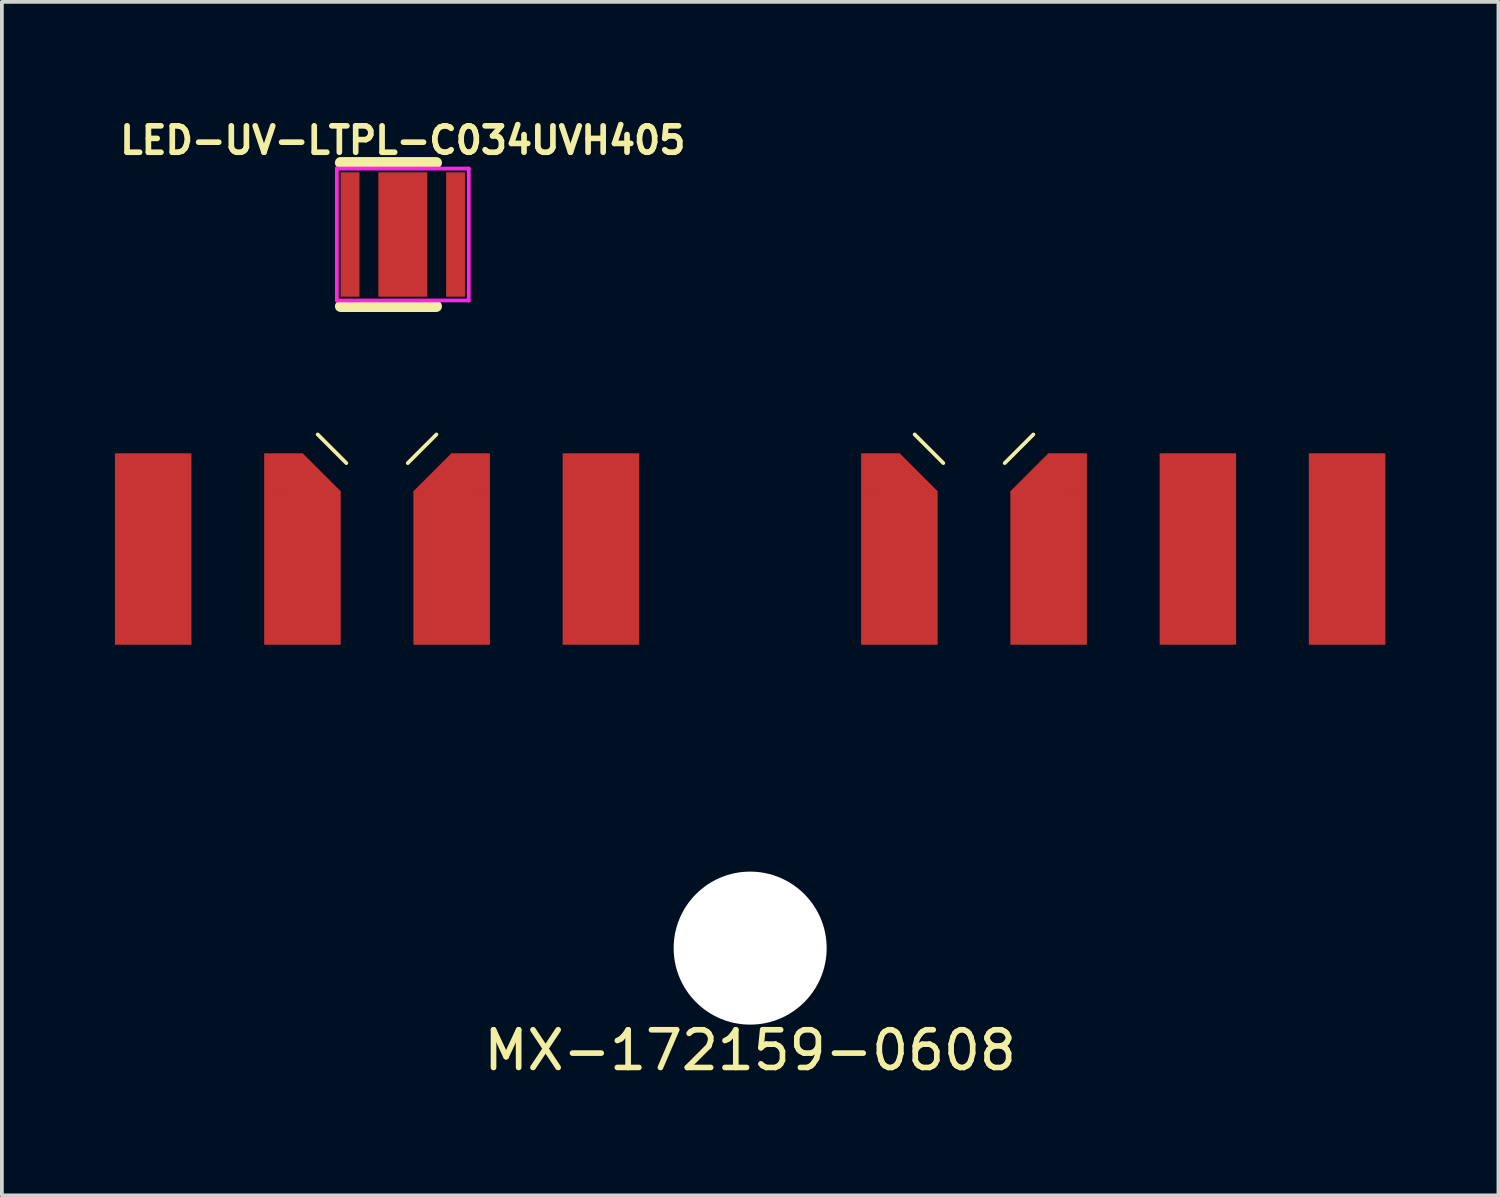
<source format=kicad_pcb>
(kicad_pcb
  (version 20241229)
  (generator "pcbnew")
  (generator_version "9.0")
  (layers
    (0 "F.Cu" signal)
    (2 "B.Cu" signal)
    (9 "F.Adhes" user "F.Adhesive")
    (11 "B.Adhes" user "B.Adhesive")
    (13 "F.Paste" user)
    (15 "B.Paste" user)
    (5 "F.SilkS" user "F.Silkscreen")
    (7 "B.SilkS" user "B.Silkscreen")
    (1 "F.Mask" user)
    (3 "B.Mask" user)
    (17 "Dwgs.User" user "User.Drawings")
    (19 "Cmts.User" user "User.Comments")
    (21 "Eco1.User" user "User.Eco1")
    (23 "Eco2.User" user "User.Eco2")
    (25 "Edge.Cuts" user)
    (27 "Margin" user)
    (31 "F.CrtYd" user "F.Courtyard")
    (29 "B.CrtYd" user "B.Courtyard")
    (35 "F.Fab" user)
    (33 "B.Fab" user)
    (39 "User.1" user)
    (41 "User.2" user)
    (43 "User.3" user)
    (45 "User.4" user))
  (footprint "MX-172159-0608"
    (layer "F.Cu")
    (at 16.855 8.478)
    (property "Reference" "MX-172159-0608" (at 0 16.342 0) (layer "F.SilkS") (effects (font (size 1 1) (thickness 0.15))))
    (attr exclude_from_pos_files exclude_from_bom)
    (fp_line (start -10.715 0.76) (end -11.475 0) (stroke (width 0.1) (type solid)) (layer "F.SilkS"))
    (fp_line (start -9.085 0.76) (end -8.325 0) (stroke (width 0.1) (type solid)) (layer "F.SilkS"))
    (fp_line (start 5.125 0.76) (end 4.365 0) (stroke (width 0.1) (type solid)) (layer "F.SilkS"))
    (fp_line (start 6.755 0.76) (end 7.515 0) (stroke (width 0.1) (type solid)) (layer "F.SilkS"))
    (pad "" np_thru_hole circle (at 0 13.63) (size 4.06 4.06) (drill 4.06) (layers "*.Cu" "*.Mask"))
    (pad "1" smd rect (at 15.84 3.04) (size 2.03 5.08) (layers "F.Cu" "F.Mask"))
    (pad "2" smd rect (at 11.88 3.04) (size 2.03 5.08) (layers "F.Cu" "F.Mask"))
    (pad "3" smd rect (at 7.77 1.37 315) (size 1.03 1.42) (layers "F.Cu" "F.Mask"))
    (pad "3" smd rect (at 7.92 3.54) (size 2.03 4.08) (layers "F.Cu" "F.Mask"))
    (pad "3" smd rect (at 8.42 1) (size 1.03 1) (layers "F.Cu" "F.Mask"))
    (pad "4" smd rect (at 3.46 1) (size 1.03 1) (layers "F.Cu" "F.Mask"))
    (pad "4" smd rect (at 3.96 3.54) (size 2.03 4.08) (layers "F.Cu" "F.Mask"))
    (pad "4" smd rect (at 4.11 1.37 45) (size 1.03 1.42) (layers "F.Cu" "F.Mask"))
    (pad "5" smd rect (at -3.96 3.04) (size 2.03 5.08) (layers "F.Cu" "F.Mask"))
    (pad "6" smd rect (at -8.07 1.37 315) (size 1.03 1.42) (layers "F.Cu" "F.Mask"))
    (pad "6" smd rect (at -7.92 3.54) (size 2.03 4.08) (layers "F.Cu" "F.Mask"))
    (pad "6" smd rect (at -7.42 1) (size 1.03 1) (layers "F.Cu" "F.Mask"))
    (pad "7" smd rect (at -12.38 1) (size 1.03 1) (layers "F.Cu" "F.Mask"))
    (pad "7" smd rect (at -11.88 3.54) (size 2.03 4.08) (layers "F.Cu" "F.Mask"))
    (pad "7" smd rect (at -11.73 1.37 45) (size 1.03 1.4) (layers "F.Cu" "F.Mask"))
    (pad "8" smd rect (at -15.84 3.04) (size 2.03 5.08) (layers "F.Cu" "F.Mask")))
  (footprint "LED-UV-LTPL-C034UVH405"
    (layer "F.Cu")
    (at 7.638 3.173)
    (property "Reference" "LED-UV-LTPL-C034UVH405" (at 0 -2.5 0) (layer "F.SilkS") (effects (font (size 0.7 0.7) (thickness 0.15))))
    (attr smd)
    (fp_line (start -1.651 -1.905) (end 0.889 -1.905) (stroke (width 0.3) (type solid)) (layer "F.SilkS"))
    (fp_line (start 0.889 1.905) (end -1.651 1.905) (stroke (width 0.3) (type solid)) (layer "F.SilkS"))
    (fp_line (start -1.75 -1.75) (end 1.75 -1.75) (stroke (width 0.1) (type solid)) (layer "F.CrtYd"))
    (fp_line (start -1.75 1.75) (end -1.75 -1.75) (stroke (width 0.1) (type solid)) (layer "F.CrtYd"))
    (fp_line (start 1.75 -1.75) (end 1.75 1.75) (stroke (width 0.1) (type solid)) (layer "F.CrtYd"))
    (fp_line (start 1.75 1.75) (end -1.75 1.75) (stroke (width 0.1) (type solid)) (layer "F.CrtYd"))
    (pad "1" smd rect (at -1.4 0) (size 0.5 3.3) (layers "F.Cu" "F.Mask" "F.Paste"))
    (pad "2" smd rect (at 1.4 0) (size 0.5 3.3) (layers "F.Cu" "F.Mask" "F.Paste"))
    (pad "3" smd rect (at 0 0) (size 1.3 3.3) (layers "F.Cu" "F.Mask" "F.Paste")))
  (gr_rect
    (start -3 -3)
    (end 36.71 28.668)
    (stroke (width 0.1) (type default))
    (fill no)
    (layer "Edge.Cuts")))
</source>
